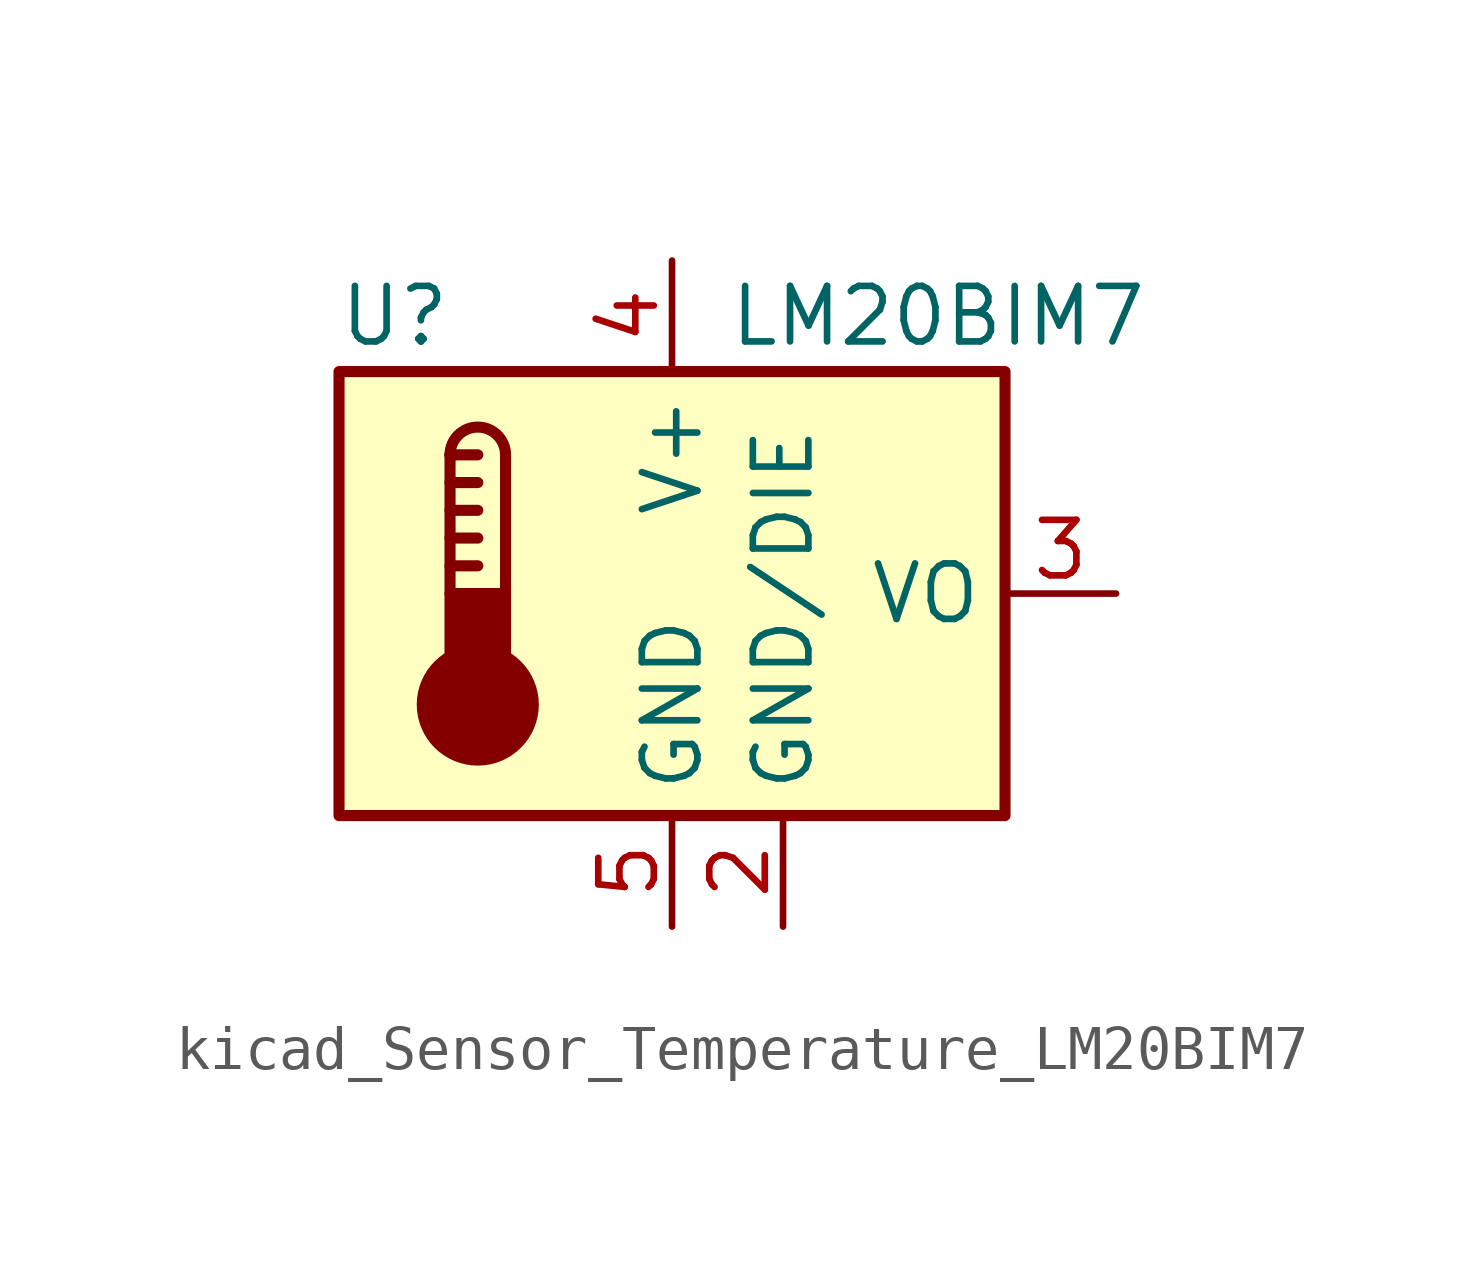
<source format=kicad_sym>
(kicad_symbol_lib
  (version 20220914)
  (generator kicad_symbol_editor)
  (symbol "kicad_Sensor_Temperature_LM20BIM7"
    (property "Reference" "U"
      (at -6.35 6.35 0)
      (effects (font (size 1.27 1.27))))
    (property "Value" "LM20BIM7"
      (at 1.27 6.35 0)
      (effects (font (size 1.27 1.27)) (justify left)))
    (symbol "kicad_Sensor_Temperature_LM20BIM7_0_1"
      (rectangle (start -7.62 5.08) (end 7.62 -5.08) (stroke (width 0.254) (type default)) (fill (type background)))
      (circle (center -4.445 -2.54) (radius 1.27) (stroke (width 0.254) (type default)) (fill (type outline)))
      (rectangle (start -3.81 -1.905) (end -5.08 0) (stroke (width 0.254) (type default)) (fill (type outline)))
      (arc (start -3.81 3.175) (mid -4.445 3.8073) (end -5.08 3.175) (stroke (width 0.254) (type default)) (fill (type none)))
      (polyline (pts (xy -5.08 0.635) (xy -4.445 0.635)) (stroke (width 0.254) (type default)) (fill (type none)))
      (polyline (pts (xy -5.08 1.27) (xy -4.445 1.27)) (stroke (width 0.254) (type default)) (fill (type none)))
      (polyline (pts (xy -5.08 1.905) (xy -4.445 1.905)) (stroke (width 0.254) (type default)) (fill (type none)))
      (polyline (pts (xy -5.08 2.54) (xy -4.445 2.54)) (stroke (width 0.254) (type default)) (fill (type none)))
      (polyline (pts (xy -5.08 3.175) (xy -5.08 0)) (stroke (width 0.254) (type default)) (fill (type none)))
      (polyline (pts (xy -5.08 3.175) (xy -4.445 3.175)) (stroke (width 0.254) (type default)) (fill (type none)))
      (polyline (pts (xy -3.81 3.175) (xy -3.81 0)) (stroke (width 0.254) (type default)) (fill (type none))))
    (symbol "kicad_Sensor_Temperature_LM20BIM7_1_1"
      (pin no_connect line (at 5.08 -5.08 90) (length 2.54) hide (name "NC" (effects (font (size 1.27 1.27)))) (number "1" (effects (font (size 1.27 1.27)))))
      (pin passive line (at 2.54 -7.62 90) (length 2.54) (name "GND/DIE" (effects (font (size 1.27 1.27)))) (number "2" (effects (font (size 1.27 1.27)))))
      (pin output line (at 10.16 0 180) (length 2.54) (name "VO" (effects (font (size 1.27 1.27)))) (number "3" (effects (font (size 1.27 1.27)))))
      (pin power_in line (at 0 7.62 270) (length 2.54) (name "V+" (effects (font (size 1.27 1.27)))) (number "4" (effects (font (size 1.27 1.27)))))
      (pin power_in line (at 0 -7.62 90) (length 2.54) (name "GND" (effects (font (size 1.27 1.27)))) (number "5" (effects (font (size 1.27 1.27))))))))
</source>
